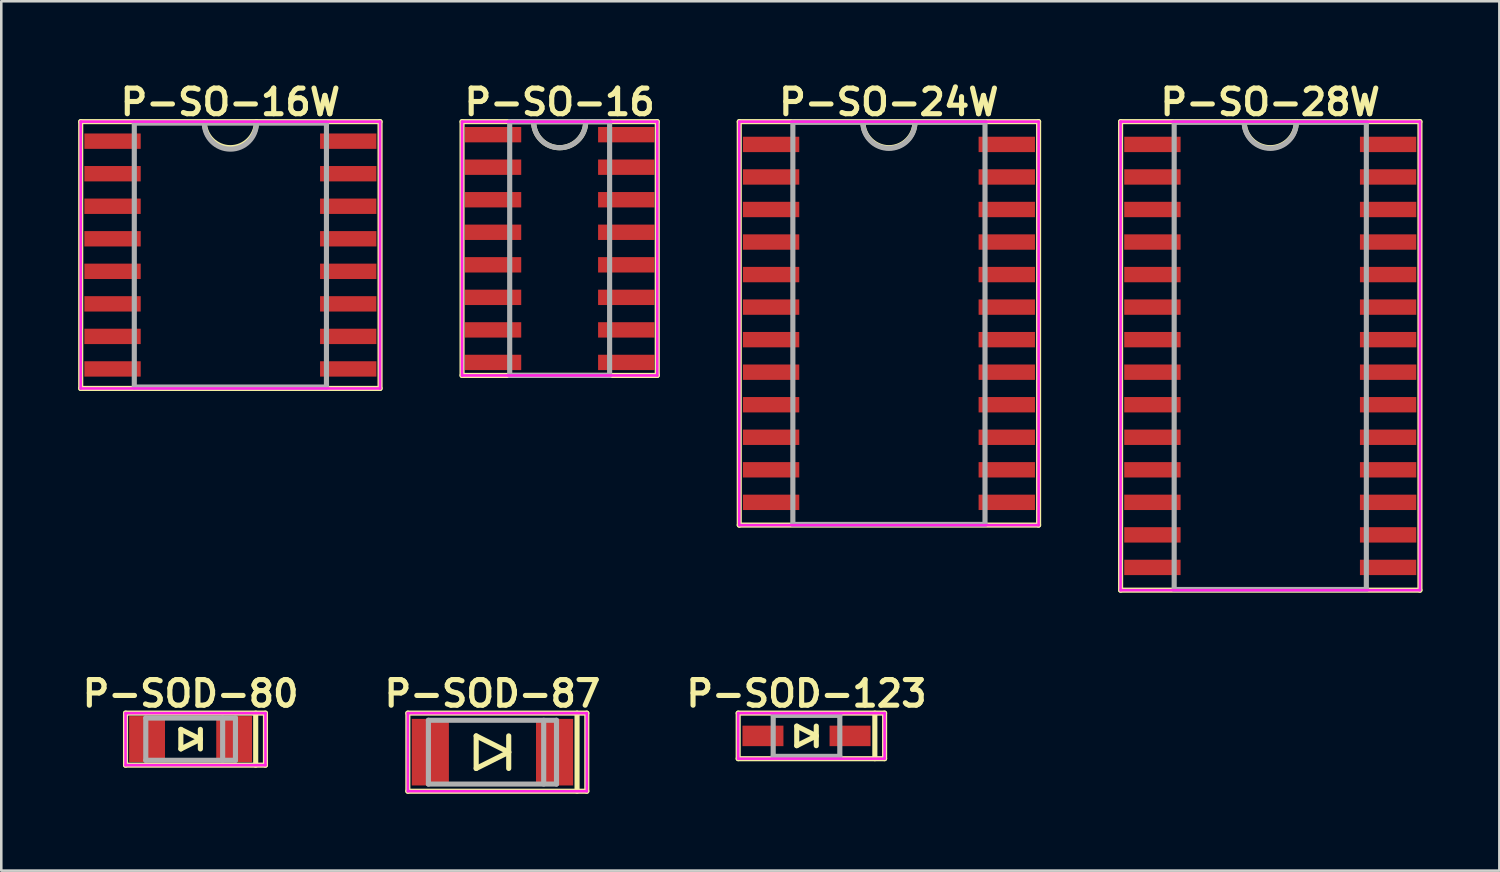
<source format=kicad_pcb>
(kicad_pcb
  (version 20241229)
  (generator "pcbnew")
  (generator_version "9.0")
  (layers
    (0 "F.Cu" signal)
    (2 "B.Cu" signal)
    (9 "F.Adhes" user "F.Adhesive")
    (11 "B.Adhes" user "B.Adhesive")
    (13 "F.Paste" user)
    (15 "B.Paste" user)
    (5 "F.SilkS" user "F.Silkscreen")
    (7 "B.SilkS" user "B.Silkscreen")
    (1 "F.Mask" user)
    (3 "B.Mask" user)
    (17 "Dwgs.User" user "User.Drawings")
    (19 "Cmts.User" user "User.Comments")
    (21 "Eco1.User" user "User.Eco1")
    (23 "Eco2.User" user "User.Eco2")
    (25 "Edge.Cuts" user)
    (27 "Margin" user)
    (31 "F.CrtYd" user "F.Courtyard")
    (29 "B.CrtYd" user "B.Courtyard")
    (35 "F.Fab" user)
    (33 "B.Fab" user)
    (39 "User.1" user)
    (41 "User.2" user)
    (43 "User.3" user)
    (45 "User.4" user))
  (footprint "P-SO-16"
    (layer "F.Cu")
    (at 18.794 6.651)
    (property "Reference" "P-SO-16" (at 0 -5.715 0) (layer "F.SilkS") (effects (font (size 1 1) (thickness 0.2))))
    (attr through_hole)
    (fp_line (start -3.81 -4.953) (end -3.81 4.953) (stroke (width 0.2) (type solid)) (layer "F.SilkS"))
    (fp_line (start -3.81 -4.953) (end 3.81 -4.953) (stroke (width 0.2) (type solid)) (layer "F.SilkS"))
    (fp_line (start 3.81 -4.953) (end 3.81 4.953) (stroke (width 0.2) (type solid)) (layer "F.SilkS"))
    (fp_line (start 3.81 4.953) (end -3.81 4.953) (stroke (width 0.2) (type solid)) (layer "F.SilkS"))
    (fp_arc (start 1.016 -4.953) (mid 0 -3.937) (end -1.016 -4.953) (stroke (width 0.2) (type solid)) (layer "F.SilkS"))
    (fp_line (start -3.81 -4.953) (end -3.81 4.953) (stroke (width 0.1) (type solid)) (layer "F.CrtYd"))
    (fp_line (start -3.81 -4.953) (end 3.81 -4.953) (stroke (width 0.1) (type solid)) (layer "F.CrtYd"))
    (fp_line (start -3.81 4.953) (end 3.81 4.953) (stroke (width 0.1) (type solid)) (layer "F.CrtYd"))
    (fp_line (start 3.81 -4.953) (end 3.81 4.953) (stroke (width 0.1) (type solid)) (layer "F.CrtYd"))
    (fp_line (start -1.95 -4.95) (end -1.95 4.95) (stroke (width 0.2) (type solid)) (layer "F.Fab"))
    (fp_line (start -1.95 -4.95) (end 1.95 -4.95) (stroke (width 0.2) (type solid)) (layer "F.Fab"))
    (fp_line (start -1.95 4.95) (end 1.95 4.95) (stroke (width 0.2) (type solid)) (layer "F.Fab"))
    (fp_line (start 1.95 -4.95) (end 1.95 4.95) (stroke (width 0.2) (type solid)) (layer "F.Fab"))
    (fp_arc (start 1.016 -4.95) (mid 0 -3.934) (end -1.016 -4.95) (stroke (width 0.2) (type solid)) (layer "F.Fab"))
    (pad "1" smd rect (at -2.6 -4.445) (size 2.2 0.6) (layers "F.Cu" "F.Mask"))
    (pad "2" smd rect (at -2.6 -3.175) (size 2.2 0.6) (layers "F.Cu" "F.Mask"))
    (pad "3" smd rect (at -2.6 -1.905) (size 2.2 0.6) (layers "F.Cu" "F.Mask"))
    (pad "4" smd rect (at -2.6 -0.635) (size 2.2 0.6) (layers "F.Cu" "F.Mask"))
    (pad "5" smd rect (at -2.6 0.635) (size 2.2 0.6) (layers "F.Cu" "F.Mask"))
    (pad "6" smd rect (at -2.6 1.905) (size 2.2 0.6) (layers "F.Cu" "F.Mask"))
    (pad "7" smd rect (at -2.6 3.175) (size 2.2 0.6) (layers "F.Cu" "F.Mask"))
    (pad "8" smd rect (at -2.6 4.445) (size 2.2 0.6) (layers "F.Cu" "F.Mask"))
    (pad "9" smd rect (at 2.6 4.445) (size 2.2 0.6) (layers "F.Cu" "F.Mask"))
    (pad "10" smd rect (at 2.6 3.175) (size 2.2 0.6) (layers "F.Cu" "F.Mask"))
    (pad "11" smd rect (at 2.6 1.905) (size 2.2 0.6) (layers "F.Cu" "F.Mask"))
    (pad "12" smd rect (at 2.6 0.635) (size 2.2 0.6) (layers "F.Cu" "F.Mask"))
    (pad "13" smd rect (at 2.6 -0.635) (size 2.2 0.6) (layers "F.Cu" "F.Mask"))
    (pad "14" smd rect (at 2.6 -1.905) (size 2.2 0.6) (layers "F.Cu" "F.Mask"))
    (pad "15" smd rect (at 2.6 -3.175) (size 2.2 0.6) (layers "F.Cu" "F.Mask"))
    (pad "16" smd rect (at 2.6 -4.445) (size 2.2 0.6) (layers "F.Cu" "F.Mask")))
  (footprint "P-SOD-80"
    (layer "F.Cu")
    (at 4.39 25.8)
    (property "Reference" "P-SOD-80" (at 0 -1.778 0) (layer "F.SilkS") (effects (font (size 1 1) (thickness 0.2))))
    (attr through_hole)
    (fp_line (start -2.54 -1.016) (end 2.921 -1.016) (stroke (width 0.2) (type solid)) (layer "F.SilkS"))
    (fp_line (start -2.54 1.016) (end -2.54 -1.016) (stroke (width 0.2) (type solid)) (layer "F.SilkS"))
    (fp_line (start -2.54 1.016) (end 2.921 1.016) (stroke (width 0.2) (type solid)) (layer "F.SilkS"))
    (fp_line (start -0.381 -0.381) (end -0.381 0.381) (stroke (width 0.2) (type solid)) (layer "F.SilkS"))
    (fp_line (start -0.381 0.381) (end 0.381 0) (stroke (width 0.2) (type solid)) (layer "F.SilkS"))
    (fp_line (start 0.381 -0.381) (end 0.381 0.381) (stroke (width 0.2) (type solid)) (layer "F.SilkS"))
    (fp_line (start 0.381 0) (end -0.381 -0.381) (stroke (width 0.2) (type solid)) (layer "F.SilkS"))
    (fp_line (start 2.54 -1.016) (end 2.54 1.016) (stroke (width 0.2) (type solid)) (layer "F.SilkS"))
    (fp_line (start 2.921 -1.016) (end 2.921 1.016) (stroke (width 0.2) (type solid)) (layer "F.SilkS"))
    (fp_line (start -2.54 -1.016) (end -2.54 1.016) (stroke (width 0.1) (type solid)) (layer "F.CrtYd"))
    (fp_line (start -2.54 -1.016) (end 2.921 -1.016) (stroke (width 0.1) (type solid)) (layer "F.CrtYd"))
    (fp_line (start -2.54 1.016) (end 2.921 1.016) (stroke (width 0.1) (type solid)) (layer "F.CrtYd"))
    (fp_line (start 2.921 -1.016) (end 2.921 1.016) (stroke (width 0.1) (type solid)) (layer "F.CrtYd"))
    (fp_line (start -1.75 -0.825) (end -1.75 0.825) (stroke (width 0.2) (type solid)) (layer "F.Fab"))
    (fp_line (start -1.75 -0.825) (end 1.75 -0.825) (stroke (width 0.2) (type solid)) (layer "F.Fab"))
    (fp_line (start -1.75 0.825) (end 1.75 0.825) (stroke (width 0.2) (type solid)) (layer "F.Fab"))
    (fp_line (start 1.25 -0.825) (end 1.25 0.825) (stroke (width 0.2) (type solid)) (layer "F.Fab"))
    (fp_line (start 1.75 -0.825) (end 1.75 0.825) (stroke (width 0.2) (type solid)) (layer "F.Fab"))
    (pad "A" smd rect (at -1.7 0) (size 1.4 1.8) (layers "F.Cu" "F.Mask"))
    (pad "C" smd rect (at 1.7 0) (size 1.4 1.8) (layers "F.Cu" "F.Mask")))
  (footprint "P-SOD-87"
    (layer "F.Cu")
    (at 16.171 26.308)
    (property "Reference" "P-SOD-87" (at 0 -2.286 0) (layer "F.SilkS") (effects (font (size 1 1) (thickness 0.2))))
    (attr through_hole)
    (fp_line (start -3.302 -1.524) (end 3.683 -1.524) (stroke (width 0.2) (type solid)) (layer "F.SilkS"))
    (fp_line (start -3.302 1.524) (end -3.302 -1.524) (stroke (width 0.2) (type solid)) (layer "F.SilkS"))
    (fp_line (start -3.302 1.524) (end 3.683 1.524) (stroke (width 0.2) (type solid)) (layer "F.SilkS"))
    (fp_line (start -0.635 -0.635) (end -0.635 0.635) (stroke (width 0.2) (type solid)) (layer "F.SilkS"))
    (fp_line (start -0.635 0.635) (end 0.635 0) (stroke (width 0.2) (type solid)) (layer "F.SilkS"))
    (fp_line (start 0.635 -0.635) (end 0.635 0.635) (stroke (width 0.2) (type solid)) (layer "F.SilkS"))
    (fp_line (start 0.635 0) (end -0.635 -0.635) (stroke (width 0.2) (type solid)) (layer "F.SilkS"))
    (fp_line (start 3.302 -1.524) (end 3.302 1.524) (stroke (width 0.2) (type solid)) (layer "F.SilkS"))
    (fp_line (start 3.683 -1.524) (end 3.683 1.524) (stroke (width 0.2) (type solid)) (layer "F.SilkS"))
    (fp_line (start -3.302 -1.524) (end -3.302 1.524) (stroke (width 0.1) (type solid)) (layer "F.CrtYd"))
    (fp_line (start -3.302 -1.524) (end 3.683 -1.524) (stroke (width 0.1) (type solid)) (layer "F.CrtYd"))
    (fp_line (start -3.302 1.524) (end 3.683 1.524) (stroke (width 0.1) (type solid)) (layer "F.CrtYd"))
    (fp_line (start 3.683 -1.524) (end 3.683 1.524) (stroke (width 0.1) (type solid)) (layer "F.CrtYd"))
    (fp_line (start -2.5 -1.245) (end -2.5 1.245) (stroke (width 0.2) (type solid)) (layer "F.Fab"))
    (fp_line (start -2.5 -1.245) (end 2.5 -1.245) (stroke (width 0.2) (type solid)) (layer "F.Fab"))
    (fp_line (start -2.5 1.245) (end 2.5 1.245) (stroke (width 0.2) (type solid)) (layer "F.Fab"))
    (fp_line (start 2 -1.245) (end 2 1.245) (stroke (width 0.2) (type solid)) (layer "F.Fab"))
    (fp_line (start 2.5 -1.245) (end 2.5 1.245) (stroke (width 0.2) (type solid)) (layer "F.Fab"))
    (pad "A" smd rect (at -2.425 0) (size 1.45 2.6) (layers "F.Cu" "F.Mask"))
    (pad "C" smd rect (at 2.425 0) (size 1.45 2.6) (layers "F.Cu" "F.Mask")))
  (footprint "P-SO-24W"
    (layer "F.Cu")
    (at 31.646 9.572)
    (property "Reference" "P-SO-24W" (at 0 -8.636 0) (layer "F.SilkS") (effects (font (size 1 1) (thickness 0.2))))
    (attr through_hole)
    (fp_line (start -5.842 -7.874) (end -5.842 7.874) (stroke (width 0.2) (type solid)) (layer "F.SilkS"))
    (fp_line (start -5.842 -7.874) (end 5.842 -7.874) (stroke (width 0.2) (type solid)) (layer "F.SilkS"))
    (fp_line (start -5.842 7.874) (end 5.842 7.874) (stroke (width 0.2) (type solid)) (layer "F.SilkS"))
    (fp_line (start 5.842 -7.874) (end 5.842 7.874) (stroke (width 0.2) (type solid)) (layer "F.SilkS"))
    (fp_arc (start 1.016 -7.874) (mid 0 -6.858) (end -1.016 -7.874) (stroke (width 0.2) (type solid)) (layer "F.SilkS"))
    (fp_line (start -5.842 -7.874) (end -5.842 7.874) (stroke (width 0.1) (type solid)) (layer "F.CrtYd"))
    (fp_line (start -5.842 -7.874) (end 5.842 -7.874) (stroke (width 0.1) (type solid)) (layer "F.CrtYd"))
    (fp_line (start -5.842 7.874) (end 5.842 7.874) (stroke (width 0.1) (type solid)) (layer "F.CrtYd"))
    (fp_line (start 5.842 -7.874) (end 5.842 7.874) (stroke (width 0.1) (type solid)) (layer "F.CrtYd"))
    (fp_line (start -3.75 -7.848) (end -3.75 7.848) (stroke (width 0.2) (type solid)) (layer "F.Fab"))
    (fp_line (start -3.75 -7.848) (end 3.75 -7.848) (stroke (width 0.2) (type solid)) (layer "F.Fab"))
    (fp_line (start -3.75 7.848) (end 3.75 7.848) (stroke (width 0.2) (type solid)) (layer "F.Fab"))
    (fp_line (start 3.75 -7.848) (end 3.75 7.848) (stroke (width 0.2) (type solid)) (layer "F.Fab"))
    (fp_arc (start 1.016 -7.8475) (mid 0 -6.8315) (end -1.016 -7.8475) (stroke (width 0.2) (type solid)) (layer "F.Fab"))
    (pad "1" smd rect (at -4.6 -6.985) (size 2.2 0.6) (layers "F.Cu" "F.Mask"))
    (pad "2" smd rect (at -4.6 -5.715) (size 2.2 0.6) (layers "F.Cu" "F.Mask"))
    (pad "3" smd rect (at -4.6 -4.445) (size 2.2 0.6) (layers "F.Cu" "F.Mask"))
    (pad "4" smd rect (at -4.6 -3.175) (size 2.2 0.6) (layers "F.Cu" "F.Mask"))
    (pad "5" smd rect (at -4.6 -1.905) (size 2.2 0.6) (layers "F.Cu" "F.Mask"))
    (pad "6" smd rect (at -4.6 -0.635) (size 2.2 0.6) (layers "F.Cu" "F.Mask"))
    (pad "7" smd rect (at -4.6 0.635) (size 2.2 0.6) (layers "F.Cu" "F.Mask"))
    (pad "8" smd rect (at -4.6 1.905) (size 2.2 0.6) (layers "F.Cu" "F.Mask"))
    (pad "9" smd rect (at -4.6 3.175) (size 2.2 0.6) (layers "F.Cu" "F.Mask"))
    (pad "10" smd rect (at -4.6 4.445) (size 2.2 0.6) (layers "F.Cu" "F.Mask"))
    (pad "11" smd rect (at -4.6 5.715) (size 2.2 0.6) (layers "F.Cu" "F.Mask"))
    (pad "12" smd rect (at -4.6 6.985) (size 2.2 0.6) (layers "F.Cu" "F.Mask"))
    (pad "13" smd rect (at 4.6 6.985) (size 2.2 0.6) (layers "F.Cu" "F.Mask"))
    (pad "14" smd rect (at 4.6 5.715) (size 2.2 0.6) (layers "F.Cu" "F.Mask"))
    (pad "15" smd rect (at 4.6 4.445) (size 2.2 0.6) (layers "F.Cu" "F.Mask"))
    (pad "16" smd rect (at 4.6 3.175) (size 2.2 0.6) (layers "F.Cu" "F.Mask"))
    (pad "17" smd rect (at 4.6 1.905) (size 2.2 0.6) (layers "F.Cu" "F.Mask"))
    (pad "18" smd rect (at 4.6 0.635) (size 2.2 0.6) (layers "F.Cu" "F.Mask"))
    (pad "19" smd rect (at 4.6 -0.635) (size 2.2 0.6) (layers "F.Cu" "F.Mask"))
    (pad "20" smd rect (at 4.6 -1.905) (size 2.2 0.6) (layers "F.Cu" "F.Mask"))
    (pad "21" smd rect (at 4.6 -3.175) (size 2.2 0.6) (layers "F.Cu" "F.Mask"))
    (pad "22" smd rect (at 4.6 -4.445) (size 2.2 0.6) (layers "F.Cu" "F.Mask"))
    (pad "23" smd rect (at 4.6 -5.715) (size 2.2 0.6) (layers "F.Cu" "F.Mask"))
    (pad "24" smd rect (at 4.6 -6.985) (size 2.2 0.6) (layers "F.Cu" "F.Mask")))
  (footprint "P-SO-16W"
    (layer "F.Cu")
    (at 5.942 6.905)
    (property "Reference" "P-SO-16W" (at 0 -5.969 0) (layer "F.SilkS") (effects (font (size 1 1) (thickness 0.2))))
    (attr through_hole)
    (fp_line (start -5.842 -5.207) (end -5.842 5.207) (stroke (width 0.2) (type solid)) (layer "F.SilkS"))
    (fp_line (start -5.842 -5.207) (end 5.842 -5.207) (stroke (width 0.2) (type solid)) (layer "F.SilkS"))
    (fp_line (start 5.842 -5.207) (end 5.842 5.207) (stroke (width 0.2) (type solid)) (layer "F.SilkS"))
    (fp_line (start 5.842 5.207) (end -5.842 5.207) (stroke (width 0.2) (type solid)) (layer "F.SilkS"))
    (fp_arc (start 1.016 -5.207) (mid 0 -4.191) (end -1.016 -5.207) (stroke (width 0.2) (type solid)) (layer "F.SilkS"))
    (fp_line (start -5.842 -5.207) (end -5.842 5.207) (stroke (width 0.1) (type solid)) (layer "F.CrtYd"))
    (fp_line (start -5.842 -5.207) (end 5.842 -5.207) (stroke (width 0.1) (type solid)) (layer "F.CrtYd"))
    (fp_line (start -5.842 5.207) (end 5.842 5.207) (stroke (width 0.1) (type solid)) (layer "F.CrtYd"))
    (fp_line (start 5.842 -5.207) (end 5.842 5.207) (stroke (width 0.1) (type solid)) (layer "F.CrtYd"))
    (fp_line (start -3.75 -5.15) (end -3.75 5.15) (stroke (width 0.2) (type solid)) (layer "F.Fab"))
    (fp_line (start -3.75 -5.15) (end 3.75 -5.15) (stroke (width 0.2) (type solid)) (layer "F.Fab"))
    (fp_line (start -3.75 5.15) (end 3.75 5.15) (stroke (width 0.2) (type solid)) (layer "F.Fab"))
    (fp_line (start 3.75 -5.15) (end 3.75 5.15) (stroke (width 0.2) (type solid)) (layer "F.Fab"))
    (fp_arc (start 1.016 -5.15) (mid 0 -4.134) (end -1.016 -5.15) (stroke (width 0.2) (type solid)) (layer "F.Fab"))
    (pad "1" smd rect (at -4.6 -4.445) (size 2.2 0.6) (layers "F.Cu" "F.Mask"))
    (pad "2" smd rect (at -4.6 -3.175) (size 2.2 0.6) (layers "F.Cu" "F.Mask"))
    (pad "3" smd rect (at -4.6 -1.905) (size 2.2 0.6) (layers "F.Cu" "F.Mask"))
    (pad "4" smd rect (at -4.6 -0.635) (size 2.2 0.6) (layers "F.Cu" "F.Mask"))
    (pad "5" smd rect (at -4.6 0.635) (size 2.2 0.6) (layers "F.Cu" "F.Mask"))
    (pad "6" smd rect (at -4.6 1.905) (size 2.2 0.6) (layers "F.Cu" "F.Mask"))
    (pad "7" smd rect (at -4.6 3.175) (size 2.2 0.6) (layers "F.Cu" "F.Mask"))
    (pad "8" smd rect (at -4.6 4.445) (size 2.2 0.6) (layers "F.Cu" "F.Mask"))
    (pad "9" smd rect (at 4.6 4.445) (size 2.2 0.6) (layers "F.Cu" "F.Mask"))
    (pad "10" smd rect (at 4.6 3.175) (size 2.2 0.6) (layers "F.Cu" "F.Mask"))
    (pad "11" smd rect (at 4.6 1.905) (size 2.2 0.6) (layers "F.Cu" "F.Mask"))
    (pad "12" smd rect (at 4.6 0.635) (size 2.2 0.6) (layers "F.Cu" "F.Mask"))
    (pad "13" smd rect (at 4.6 -0.635) (size 2.2 0.6) (layers "F.Cu" "F.Mask"))
    (pad "14" smd rect (at 4.6 -1.905) (size 2.2 0.6) (layers "F.Cu" "F.Mask"))
    (pad "15" smd rect (at 4.6 -3.175) (size 2.2 0.6) (layers "F.Cu" "F.Mask"))
    (pad "16" smd rect (at 4.6 -4.445) (size 2.2 0.6) (layers "F.Cu" "F.Mask")))
  (footprint "P-SO-28W"
    (layer "F.Cu")
    (at 46.53 10.842)
    (property "Reference" "P-SO-28W" (at 0 -9.906 0) (layer "F.SilkS") (effects (font (size 1 1) (thickness 0.2))))
    (attr through_hole)
    (fp_line (start -5.842 -9.144) (end -5.842 9.144) (stroke (width 0.2) (type solid)) (layer "F.SilkS"))
    (fp_line (start -5.842 -9.144) (end 5.842 -9.144) (stroke (width 0.2) (type solid)) (layer "F.SilkS"))
    (fp_line (start -5.842 9.144) (end 5.842 9.144) (stroke (width 0.2) (type solid)) (layer "F.SilkS"))
    (fp_line (start 5.842 -9.144) (end 5.842 9.144) (stroke (width 0.2) (type solid)) (layer "F.SilkS"))
    (fp_arc (start 1.016 -9.144) (mid 0 -8.128) (end -1.016 -9.144) (stroke (width 0.2) (type solid)) (layer "F.SilkS"))
    (fp_line (start -5.842 -9.144) (end -5.842 9.144) (stroke (width 0.1) (type solid)) (layer "F.CrtYd"))
    (fp_line (start -5.842 -9.144) (end 5.842 -9.144) (stroke (width 0.1) (type solid)) (layer "F.CrtYd"))
    (fp_line (start -5.842 9.144) (end 5.842 9.144) (stroke (width 0.1) (type solid)) (layer "F.CrtYd"))
    (fp_line (start 5.842 -9.144) (end 5.842 9.144) (stroke (width 0.1) (type solid)) (layer "F.CrtYd"))
    (fp_line (start -3.75 -9.117) (end -3.75 9.117) (stroke (width 0.2) (type solid)) (layer "F.Fab"))
    (fp_line (start -3.75 -9.117) (end 3.75 -9.117) (stroke (width 0.2) (type solid)) (layer "F.Fab"))
    (fp_line (start -3.75 9.117) (end 3.75 9.117) (stroke (width 0.2) (type solid)) (layer "F.Fab"))
    (fp_line (start 3.75 -9.117) (end 3.75 9.117) (stroke (width 0.2) (type solid)) (layer "F.Fab"))
    (fp_arc (start 1.016 -9.1175) (mid 0 -8.1015) (end -1.016 -9.1175) (stroke (width 0.2) (type solid)) (layer "F.Fab"))
    (pad "1" smd rect (at -4.6 -8.255) (size 2.2 0.6) (layers "F.Cu" "F.Mask"))
    (pad "2" smd rect (at -4.6 -6.985) (size 2.2 0.6) (layers "F.Cu" "F.Mask"))
    (pad "3" smd rect (at -4.6 -5.715) (size 2.2 0.6) (layers "F.Cu" "F.Mask"))
    (pad "4" smd rect (at -4.6 -4.445) (size 2.2 0.6) (layers "F.Cu" "F.Mask"))
    (pad "5" smd rect (at -4.6 -3.175) (size 2.2 0.6) (layers "F.Cu" "F.Mask"))
    (pad "6" smd rect (at -4.6 -1.905) (size 2.2 0.6) (layers "F.Cu" "F.Mask"))
    (pad "7" smd rect (at -4.6 -0.635) (size 2.2 0.6) (layers "F.Cu" "F.Mask"))
    (pad "8" smd rect (at -4.6 0.635) (size 2.2 0.6) (layers "F.Cu" "F.Mask"))
    (pad "9" smd rect (at -4.6 1.905) (size 2.2 0.6) (layers "F.Cu" "F.Mask"))
    (pad "10" smd rect (at -4.6 3.175) (size 2.2 0.6) (layers "F.Cu" "F.Mask"))
    (pad "11" smd rect (at -4.6 4.445) (size 2.2 0.6) (layers "F.Cu" "F.Mask"))
    (pad "12" smd rect (at -4.6 5.715) (size 2.2 0.6) (layers "F.Cu" "F.Mask"))
    (pad "13" smd rect (at -4.6 6.985) (size 2.2 0.6) (layers "F.Cu" "F.Mask"))
    (pad "14" smd rect (at -4.6 8.255) (size 2.2 0.6) (layers "F.Cu" "F.Mask"))
    (pad "15" smd rect (at 4.6 8.255) (size 2.2 0.6) (layers "F.Cu" "F.Mask"))
    (pad "16" smd rect (at 4.6 6.985) (size 2.2 0.6) (layers "F.Cu" "F.Mask"))
    (pad "17" smd rect (at 4.6 5.715) (size 2.2 0.6) (layers "F.Cu" "F.Mask"))
    (pad "18" smd rect (at 4.6 4.445) (size 2.2 0.6) (layers "F.Cu" "F.Mask"))
    (pad "19" smd rect (at 4.6 3.175) (size 2.2 0.6) (layers "F.Cu" "F.Mask"))
    (pad "20" smd rect (at 4.6 1.905) (size 2.2 0.6) (layers "F.Cu" "F.Mask"))
    (pad "21" smd rect (at 4.6 0.635) (size 2.2 0.6) (layers "F.Cu" "F.Mask"))
    (pad "22" smd rect (at 4.6 -0.635) (size 2.2 0.6) (layers "F.Cu" "F.Mask"))
    (pad "23" smd rect (at 4.6 -1.905) (size 2.2 0.6) (layers "F.Cu" "F.Mask"))
    (pad "24" smd rect (at 4.6 -3.175) (size 2.2 0.6) (layers "F.Cu" "F.Mask"))
    (pad "25" smd rect (at 4.6 -4.445) (size 2.2 0.6) (layers "F.Cu" "F.Mask"))
    (pad "26" smd rect (at 4.6 -5.715) (size 2.2 0.6) (layers "F.Cu" "F.Mask"))
    (pad "27" smd rect (at 4.6 -6.985) (size 2.2 0.6) (layers "F.Cu" "F.Mask"))
    (pad "28" smd rect (at 4.6 -8.255) (size 2.2 0.6) (layers "F.Cu" "F.Mask")))
  (footprint "P-SOD-123"
    (layer "F.Cu")
    (at 28.429 25.673)
    (property "Reference" "P-SOD-123" (at 0 -1.651 0) (layer "F.SilkS") (effects (font (size 1 1) (thickness 0.2))))
    (attr through_hole)
    (fp_line (start -2.667 -0.889) (end 3.048 -0.889) (stroke (width 0.2) (type solid)) (layer "F.SilkS"))
    (fp_line (start -2.667 0.889) (end -2.667 -0.889) (stroke (width 0.2) (type solid)) (layer "F.SilkS"))
    (fp_line (start -2.667 0.889) (end 3.048 0.889) (stroke (width 0.2) (type solid)) (layer "F.SilkS"))
    (fp_line (start -0.381 -0.381) (end -0.381 0.381) (stroke (width 0.2) (type solid)) (layer "F.SilkS"))
    (fp_line (start -0.381 0.381) (end 0.381 0) (stroke (width 0.2) (type solid)) (layer "F.SilkS"))
    (fp_line (start 0.381 -0.381) (end 0.381 0.381) (stroke (width 0.2) (type solid)) (layer "F.SilkS"))
    (fp_line (start 0.381 0) (end -0.381 -0.381) (stroke (width 0.2) (type solid)) (layer "F.SilkS"))
    (fp_line (start 2.667 -0.889) (end 2.667 0.889) (stroke (width 0.2) (type solid)) (layer "F.SilkS"))
    (fp_line (start 3.048 -0.889) (end 3.048 0.889) (stroke (width 0.2) (type solid)) (layer "F.SilkS"))
    (fp_line (start -2.667 -0.889) (end -2.667 0.889) (stroke (width 0.1) (type solid)) (layer "F.CrtYd"))
    (fp_line (start -2.667 -0.889) (end 3.048 -0.889) (stroke (width 0.1) (type solid)) (layer "F.CrtYd"))
    (fp_line (start -2.667 0.889) (end 3.048 0.889) (stroke (width 0.1) (type solid)) (layer "F.CrtYd"))
    (fp_line (start 3.048 -0.889) (end 3.048 0.889) (stroke (width 0.1) (type solid)) (layer "F.CrtYd"))
    (fp_line (start -1.3 -0.8) (end -1.3 0.8) (stroke (width 0.2) (type solid)) (layer "F.Fab"))
    (fp_line (start -1.3 -0.8) (end 1.3 -0.8) (stroke (width 0.2) (type solid)) (layer "F.Fab"))
    (fp_line (start -1.3 0.8) (end 1.3 0.8) (stroke (width 0.2) (type solid)) (layer "F.Fab"))
    (fp_line (start 1.3 -0.8) (end 1.3 0.8) (stroke (width 0.2) (type solid)) (layer "F.Fab"))
    (pad "A" smd rect (at -1.7 0) (size 1.6 0.8) (layers "F.Cu" "F.Mask" "F.Paste"))
    (pad "C" smd rect (at 1.7 0) (size 1.6 0.8) (layers "F.Cu" "F.Mask" "F.Paste")))
  (gr_rect
    (start -3 -3)
    (end 55.472 30.932)
    (stroke (width 0.1) (type default))
    (fill no)
    (layer "Edge.Cuts")))
</source>
